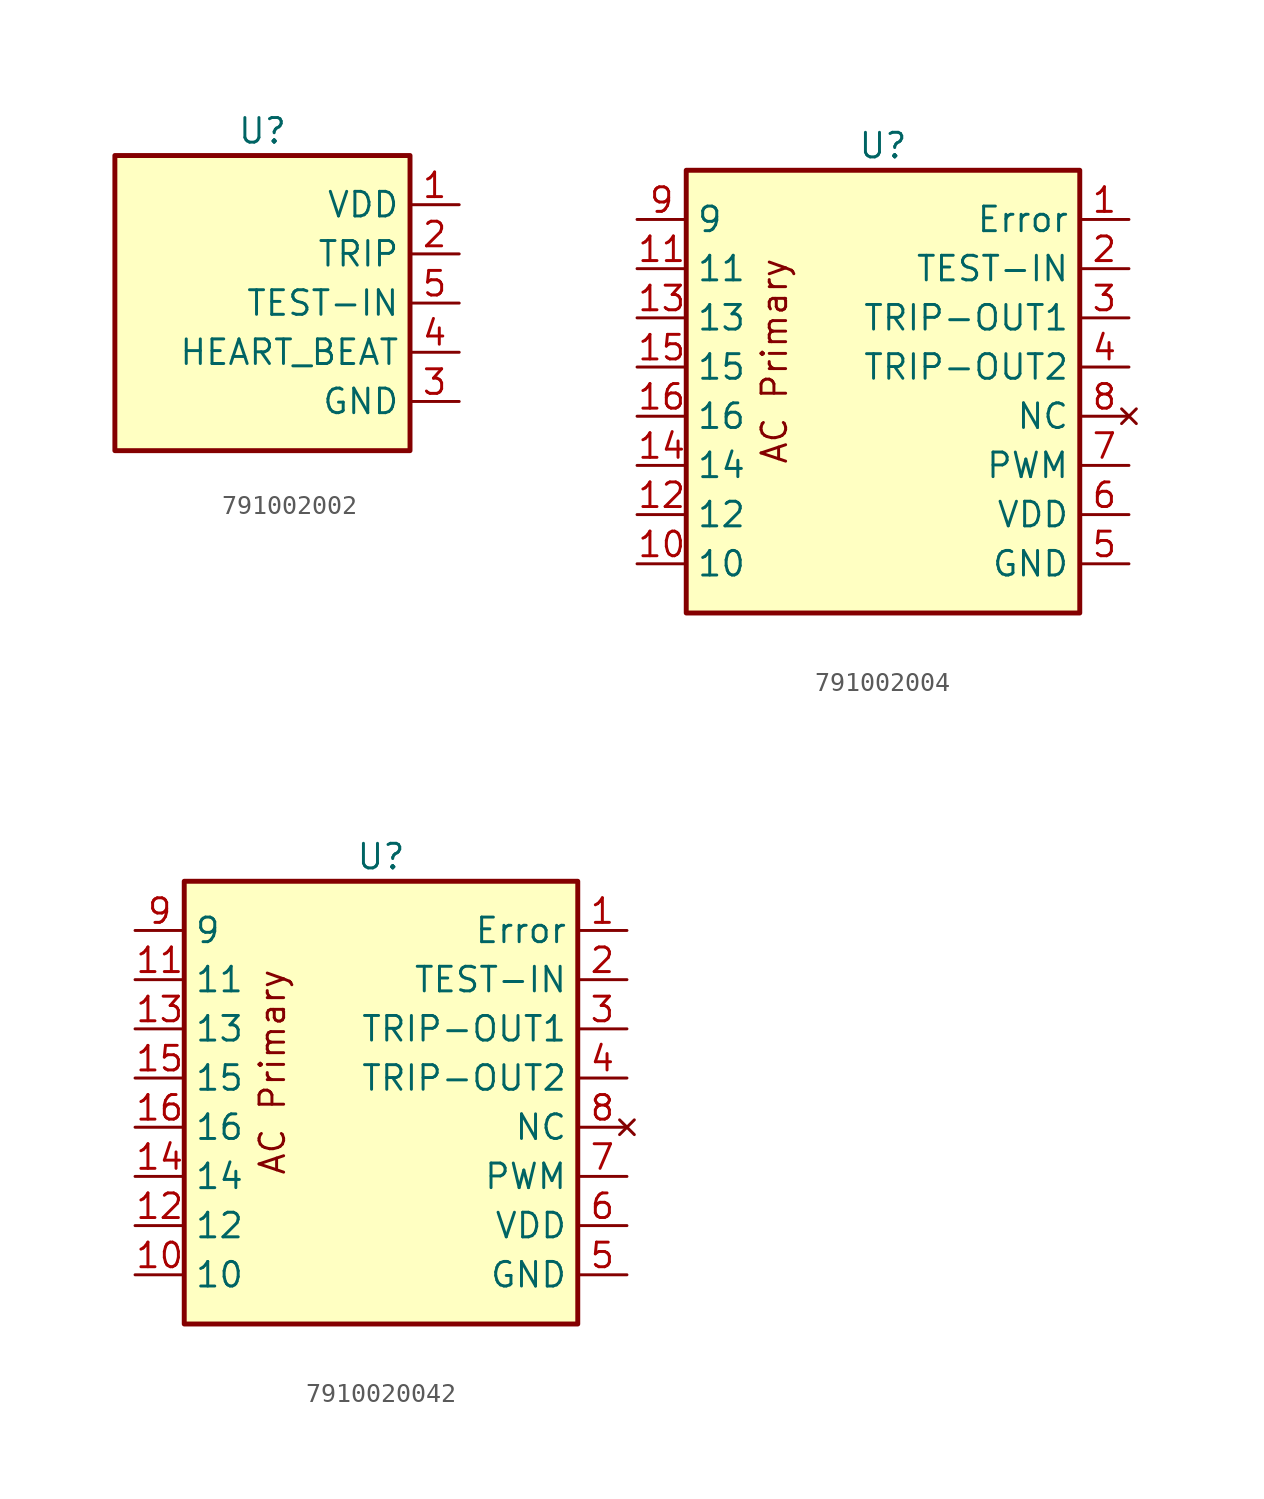
<source format=kicad_sym>
(kicad_symbol_lib
  (version 20220914)
  (generator kicad_symbol_editor)
  (symbol "791002002"
    (property "Reference" "U"
      (at 0 8.89 0)
      (effects (font (size 1.27 1.27))))
    (property "Critical Parameter" ""
      (at 0 -5.08 0)
      (effects (font (size 1.27 1.27)) (justify left)))
    (symbol "791002002_0_0"
      (rectangle (start -7.62 7.62) (end 7.62 -7.62) (stroke (width 0.254) (type default)) (fill (type background))))
    (symbol "791002002_1_0"
      (pin passive line (at 10.16 5.08 180) (length 2.54) (name "VDD" (effects (font (size 1.27 1.27)))) (number "1" (effects (font (size 1.27 1.27)))))
      (pin passive line (at 10.16 2.54 180) (length 2.54) (name "TRIP" (effects (font (size 1.27 1.27)))) (number "2" (effects (font (size 1.27 1.27)))))
      (pin passive line (at 10.16 -5.08 180) (length 2.54) (name "GND" (effects (font (size 1.27 1.27)))) (number "3" (effects (font (size 1.27 1.27)))))
      (pin passive line (at 10.16 -2.54 180) (length 2.54) (name "HEART_BEAT" (effects (font (size 1.27 1.27)))) (number "4" (effects (font (size 1.27 1.27)))))
      (pin passive line (at 10.16 0 180) (length 2.54) (name "TEST-IN" (effects (font (size 1.27 1.27)))) (number "5" (effects (font (size 1.27 1.27)))))))
  (symbol "791002004"
    (property "Reference" "U"
      (at 0 11.43 0)
      (effects (font (size 1.27 1.27))))
    (property "Critical Parameter" ""
      (at 0 -5.08 0)
      (effects (font (size 1.27 1.27)) (justify left)))
    (symbol "791002004_0_0"
      (rectangle (start -10.16 -12.7) (end 10.16 10.16) (stroke (width 0.254) (type default)) (fill (type background)))
      (text "AC Primary" (at -6.35 -5.08 900) (effects (font (size 1.27 1.27)) (justify left top))))
    (symbol "791002004_1_0"
      (pin passive line (at 12.7 7.62 180) (length 2.54) (name "Error" (effects (font (size 1.27 1.27)))) (number "1" (effects (font (size 1.27 1.27)))))
      (pin passive line (at -12.7 -10.16 0) (length 2.54) (name "10" (effects (font (size 1.27 1.27)))) (number "10" (effects (font (size 1.27 1.27)))))
      (pin passive line (at -12.7 5.08 0) (length 2.54) (name "11" (effects (font (size 1.27 1.27)))) (number "11" (effects (font (size 1.27 1.27)))))
      (pin passive line (at -12.7 -7.62 0) (length 2.54) (name "12" (effects (font (size 1.27 1.27)))) (number "12" (effects (font (size 1.27 1.27)))))
      (pin passive line (at -12.7 2.54 0) (length 2.54) (name "13" (effects (font (size 1.27 1.27)))) (number "13" (effects (font (size 1.27 1.27)))))
      (pin passive line (at -12.7 -5.08 0) (length 2.54) (name "14" (effects (font (size 1.27 1.27)))) (number "14" (effects (font (size 1.27 1.27)))))
      (pin passive line (at -12.7 0 0) (length 2.54) (name "15" (effects (font (size 1.27 1.27)))) (number "15" (effects (font (size 1.27 1.27)))))
      (pin passive line (at -12.7 -2.54 0) (length 2.54) (name "16" (effects (font (size 1.27 1.27)))) (number "16" (effects (font (size 1.27 1.27)))))
      (pin passive line (at 12.7 5.08 180) (length 2.54) (name "TEST-IN" (effects (font (size 1.27 1.27)))) (number "2" (effects (font (size 1.27 1.27)))))
      (pin passive line (at 12.7 2.54 180) (length 2.54) (name "TRIP-OUT1" (effects (font (size 1.27 1.27)))) (number "3" (effects (font (size 1.27 1.27)))))
      (pin passive line (at 12.7 0 180) (length 2.54) (name "TRIP-OUT2" (effects (font (size 1.27 1.27)))) (number "4" (effects (font (size 1.27 1.27)))))
      (pin passive line (at 12.7 -10.16 180) (length 2.54) (name "GND" (effects (font (size 1.27 1.27)))) (number "5" (effects (font (size 1.27 1.27)))))
      (pin passive line (at 12.7 -7.62 180) (length 2.54) (name "VDD" (effects (font (size 1.27 1.27)))) (number "6" (effects (font (size 1.27 1.27)))))
      (pin passive line (at 12.7 -5.08 180) (length 2.54) (name "PWM" (effects (font (size 1.27 1.27)))) (number "7" (effects (font (size 1.27 1.27)))))
      (pin no_connect line (at 12.7 -2.54 180) (length 2.54) (name "NC" (effects (font (size 1.27 1.27)))) (number "8" (effects (font (size 1.27 1.27)))))
      (pin passive line (at -12.7 7.62 0) (length 2.54) (name "9" (effects (font (size 1.27 1.27)))) (number "9" (effects (font (size 1.27 1.27)))))))
  (symbol "7910020042"
    (property "Reference" "U"
      (at 0 11.43 0)
      (effects (font (size 1.27 1.27))))
    (property "Critical Parameter" ""
      (at 0 -5.08 0)
      (effects (font (size 1.27 1.27)) (justify left)))
    (symbol "7910020042_0_0"
      (rectangle (start -10.16 10.16) (end 10.16 -12.7) (stroke (width 0.254) (type default)) (fill (type background)))
      (text "AC Primary" (at -6.35 -5.08 900) (effects (font (size 1.27 1.27)) (justify left top))))
    (symbol "7910020042_1_0"
      (pin passive line (at 12.7 7.62 180) (length 2.54) (name "Error" (effects (font (size 1.27 1.27)))) (number "1" (effects (font (size 1.27 1.27)))))
      (pin passive line (at -12.7 -10.16 0) (length 2.54) (name "10" (effects (font (size 1.27 1.27)))) (number "10" (effects (font (size 1.27 1.27)))))
      (pin passive line (at -12.7 5.08 0) (length 2.54) (name "11" (effects (font (size 1.27 1.27)))) (number "11" (effects (font (size 1.27 1.27)))))
      (pin passive line (at -12.7 -7.62 0) (length 2.54) (name "12" (effects (font (size 1.27 1.27)))) (number "12" (effects (font (size 1.27 1.27)))))
      (pin passive line (at -12.7 2.54 0) (length 2.54) (name "13" (effects (font (size 1.27 1.27)))) (number "13" (effects (font (size 1.27 1.27)))))
      (pin passive line (at -12.7 -5.08 0) (length 2.54) (name "14" (effects (font (size 1.27 1.27)))) (number "14" (effects (font (size 1.27 1.27)))))
      (pin passive line (at -12.7 0 0) (length 2.54) (name "15" (effects (font (size 1.27 1.27)))) (number "15" (effects (font (size 1.27 1.27)))))
      (pin passive line (at -12.7 -2.54 0) (length 2.54) (name "16" (effects (font (size 1.27 1.27)))) (number "16" (effects (font (size 1.27 1.27)))))
      (pin passive line (at 12.7 5.08 180) (length 2.54) (name "TEST-IN" (effects (font (size 1.27 1.27)))) (number "2" (effects (font (size 1.27 1.27)))))
      (pin passive line (at 12.7 2.54 180) (length 2.54) (name "TRIP-OUT1" (effects (font (size 1.27 1.27)))) (number "3" (effects (font (size 1.27 1.27)))))
      (pin passive line (at 12.7 0 180) (length 2.54) (name "TRIP-OUT2" (effects (font (size 1.27 1.27)))) (number "4" (effects (font (size 1.27 1.27)))))
      (pin passive line (at 12.7 -10.16 180) (length 2.54) (name "GND" (effects (font (size 1.27 1.27)))) (number "5" (effects (font (size 1.27 1.27)))))
      (pin passive line (at 12.7 -7.62 180) (length 2.54) (name "VDD" (effects (font (size 1.27 1.27)))) (number "6" (effects (font (size 1.27 1.27)))))
      (pin passive line (at 12.7 -5.08 180) (length 2.54) (name "PWM" (effects (font (size 1.27 1.27)))) (number "7" (effects (font (size 1.27 1.27)))))
      (pin no_connect line (at 12.7 -2.54 180) (length 2.54) (name "NC" (effects (font (size 1.27 1.27)))) (number "8" (effects (font (size 1.27 1.27)))))
      (pin passive line (at -12.7 7.62 0) (length 2.54) (name "9" (effects (font (size 1.27 1.27)))) (number "9" (effects (font (size 1.27 1.27))))))))
</source>
